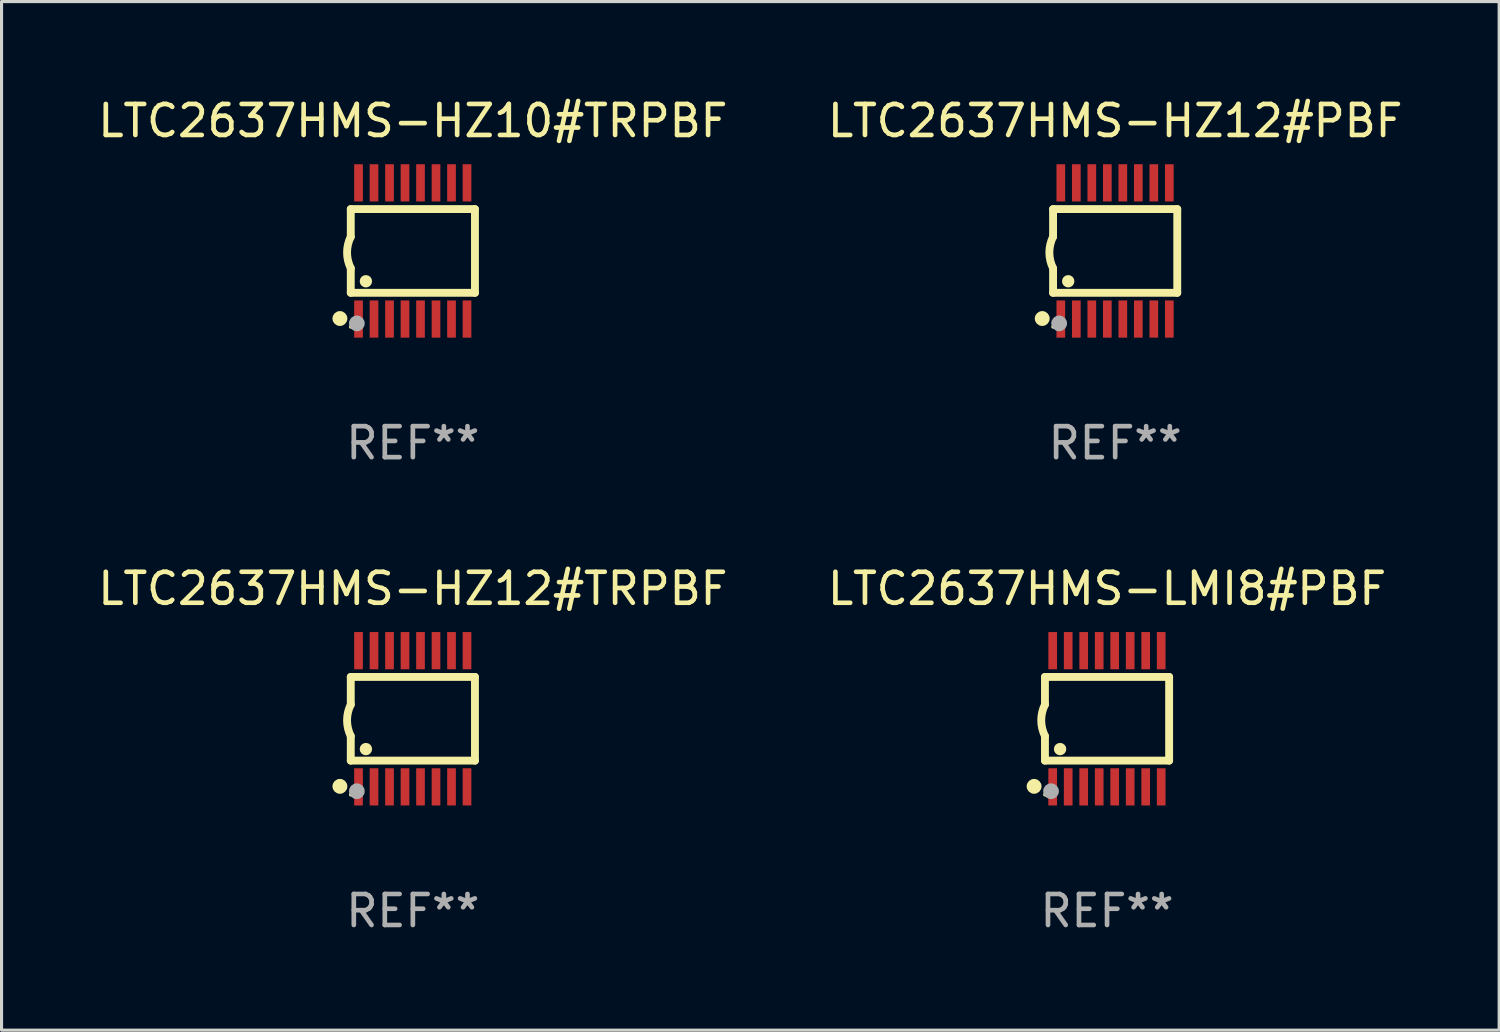
<source format=kicad_pcb>
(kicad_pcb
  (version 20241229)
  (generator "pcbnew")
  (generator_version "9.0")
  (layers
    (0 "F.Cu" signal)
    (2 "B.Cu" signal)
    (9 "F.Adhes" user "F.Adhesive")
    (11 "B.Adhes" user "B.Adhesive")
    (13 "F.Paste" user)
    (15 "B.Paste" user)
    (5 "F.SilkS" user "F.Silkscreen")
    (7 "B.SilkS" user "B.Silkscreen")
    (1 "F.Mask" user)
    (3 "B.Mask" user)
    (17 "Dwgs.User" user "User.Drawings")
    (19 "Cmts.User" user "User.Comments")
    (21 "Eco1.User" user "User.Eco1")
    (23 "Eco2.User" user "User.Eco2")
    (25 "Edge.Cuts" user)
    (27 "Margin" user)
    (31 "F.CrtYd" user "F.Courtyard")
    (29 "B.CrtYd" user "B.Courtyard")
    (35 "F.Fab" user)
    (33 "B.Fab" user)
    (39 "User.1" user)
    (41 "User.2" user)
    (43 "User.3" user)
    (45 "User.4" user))
  (footprint "LTC2637HMS-HZ12#TRPBF"
    (layer "F.Cu")
    (at 10.268 20.136)
    (property "Reference" "LTC2637HMS-HZ12#TRPBF" (at 0 -4.197 0) (layer "F.SilkS") (effects (font (size 1 1) (thickness 0.15))))
    (attr through_hole)
    (fp_line (start -2.003 -1.35) (end -2.003 -0.457) (stroke (width 0.254) (type solid)) (layer "F.SilkS"))
    (fp_line (start -2.003 -1.35) (end 2.003 -1.35) (stroke (width 0.254) (type solid)) (layer "F.SilkS"))
    (fp_line (start -2.003 1.35) (end -2.003 0.559) (stroke (width 0.254) (type solid)) (layer "F.SilkS"))
    (fp_line (start -2.003 1.35) (end 2.003 1.35) (stroke (width 0.254) (type solid)) (layer "F.SilkS"))
    (fp_line (start 2.003 -1.35) (end 2.003 1.35) (stroke (width 0.254) (type solid)) (layer "F.SilkS"))
    (fp_arc (start -2.002286 0.558802) (mid -2.122556 0.05092) (end -2.003302 -0.457201) (stroke (width 0.254001) (type solid)) (layer "F.SilkS"))
    (fp_circle (center -2.353 2.18) (end -2.233 2.18) (stroke (width 0.24) (type solid)) (fill no) (layer "F.SilkS"))
    (fp_circle (center -2.003 2.45) (end -1.973 2.45) (stroke (width 0.06) (type solid)) (fill no) (layer "F.SilkS"))
    (fp_circle (center -1.515 0.978) (end -1.415 0.978) (stroke (width 0.2) (type solid)) (fill no) (layer "F.SilkS"))
    (fp_circle (center -1.807 2.337) (end -1.68 2.337) (stroke (width 0.254) (type solid)) (fill no) (layer "F.Fab"))
    (fp_text user "REF**" (at 0 6.197 0) (layer "F.Fab") (effects (font (size 1 1) (thickness 0.15))))
    (pad "1" smd rect (at -1.753 2.197 90) (size 1.2 0.28) (layers "F.Cu" "F.Mask" "F.Paste"))
    (pad "2" smd rect (at -1.253 2.197 90) (size 1.2 0.28) (layers "F.Cu" "F.Mask" "F.Paste"))
    (pad "3" smd rect (at -0.753 2.197 90) (size 1.2 0.28) (layers "F.Cu" "F.Mask" "F.Paste"))
    (pad "4" smd rect (at -0.253 2.197 90) (size 1.2 0.28) (layers "F.Cu" "F.Mask" "F.Paste"))
    (pad "5" smd rect (at 0.247 2.197 90) (size 1.2 0.28) (layers "F.Cu" "F.Mask" "F.Paste"))
    (pad "6" smd rect (at 0.747 2.197 90) (size 1.2 0.28) (layers "F.Cu" "F.Mask" "F.Paste"))
    (pad "7" smd rect (at 1.247 2.197 90) (size 1.2 0.28) (layers "F.Cu" "F.Mask" "F.Paste"))
    (pad "8" smd rect (at 1.747 2.197 90) (size 1.2 0.28) (layers "F.Cu" "F.Mask" "F.Paste"))
    (pad "9" smd rect (at 1.747 -2.197 90) (size 1.2 0.28) (layers "F.Cu" "F.Mask" "F.Paste"))
    (pad "10" smd rect (at 1.247 -2.197 90) (size 1.2 0.28) (layers "F.Cu" "F.Mask" "F.Paste"))
    (pad "11" smd rect (at 0.747 -2.197 90) (size 1.2 0.28) (layers "F.Cu" "F.Mask" "F.Paste"))
    (pad "12" smd rect (at 0.247 -2.197 90) (size 1.2 0.28) (layers "F.Cu" "F.Mask" "F.Paste"))
    (pad "13" smd rect (at -0.253 -2.197 90) (size 1.2 0.28) (layers "F.Cu" "F.Mask" "F.Paste"))
    (pad "14" smd rect (at -0.753 -2.197 90) (size 1.2 0.28) (layers "F.Cu" "F.Mask" "F.Paste"))
    (pad "15" smd rect (at -1.253 -2.197 90) (size 1.2 0.28) (layers "F.Cu" "F.Mask" "F.Paste"))
    (pad "16" smd rect (at -1.753 -2.197 90) (size 1.2 0.28) (layers "F.Cu" "F.Mask" "F.Paste")))
  (footprint "LTC2637HMS-HZ12#PBF"
    (layer "F.Cu")
    (at 32.923 5.045)
    (property "Reference" "LTC2637HMS-HZ12#PBF" (at 0 -4.197 0) (layer "F.SilkS") (effects (font (size 1 1) (thickness 0.15))))
    (attr through_hole)
    (fp_line (start -2.003 -1.35) (end -2.003 -0.457) (stroke (width 0.254) (type solid)) (layer "F.SilkS"))
    (fp_line (start -2.003 -1.35) (end 2.003 -1.35) (stroke (width 0.254) (type solid)) (layer "F.SilkS"))
    (fp_line (start -2.003 1.35) (end -2.003 0.559) (stroke (width 0.254) (type solid)) (layer "F.SilkS"))
    (fp_line (start -2.003 1.35) (end 2.003 1.35) (stroke (width 0.254) (type solid)) (layer "F.SilkS"))
    (fp_line (start 2.003 -1.35) (end 2.003 1.35) (stroke (width 0.254) (type solid)) (layer "F.SilkS"))
    (fp_arc (start -2.002286 0.558802) (mid -2.122556 0.05092) (end -2.003302 -0.457201) (stroke (width 0.254001) (type solid)) (layer "F.SilkS"))
    (fp_circle (center -2.353 2.18) (end -2.233 2.18) (stroke (width 0.24) (type solid)) (fill no) (layer "F.SilkS"))
    (fp_circle (center -2.003 2.45) (end -1.973 2.45) (stroke (width 0.06) (type solid)) (fill no) (layer "F.SilkS"))
    (fp_circle (center -1.515 0.978) (end -1.415 0.978) (stroke (width 0.2) (type solid)) (fill no) (layer "F.SilkS"))
    (fp_circle (center -1.807 2.337) (end -1.68 2.337) (stroke (width 0.254) (type solid)) (fill no) (layer "F.Fab"))
    (fp_text user "REF**" (at 0 6.197 0) (layer "F.Fab") (effects (font (size 1 1) (thickness 0.15))))
    (pad "1" smd rect (at -1.753 2.197 90) (size 1.2 0.28) (layers "F.Cu" "F.Mask" "F.Paste"))
    (pad "2" smd rect (at -1.253 2.197 90) (size 1.2 0.28) (layers "F.Cu" "F.Mask" "F.Paste"))
    (pad "3" smd rect (at -0.753 2.197 90) (size 1.2 0.28) (layers "F.Cu" "F.Mask" "F.Paste"))
    (pad "4" smd rect (at -0.253 2.197 90) (size 1.2 0.28) (layers "F.Cu" "F.Mask" "F.Paste"))
    (pad "5" smd rect (at 0.247 2.197 90) (size 1.2 0.28) (layers "F.Cu" "F.Mask" "F.Paste"))
    (pad "6" smd rect (at 0.747 2.197 90) (size 1.2 0.28) (layers "F.Cu" "F.Mask" "F.Paste"))
    (pad "7" smd rect (at 1.247 2.197 90) (size 1.2 0.28) (layers "F.Cu" "F.Mask" "F.Paste"))
    (pad "8" smd rect (at 1.747 2.197 90) (size 1.2 0.28) (layers "F.Cu" "F.Mask" "F.Paste"))
    (pad "9" smd rect (at 1.747 -2.197 90) (size 1.2 0.28) (layers "F.Cu" "F.Mask" "F.Paste"))
    (pad "10" smd rect (at 1.247 -2.197 90) (size 1.2 0.28) (layers "F.Cu" "F.Mask" "F.Paste"))
    (pad "11" smd rect (at 0.747 -2.197 90) (size 1.2 0.28) (layers "F.Cu" "F.Mask" "F.Paste"))
    (pad "12" smd rect (at 0.247 -2.197 90) (size 1.2 0.28) (layers "F.Cu" "F.Mask" "F.Paste"))
    (pad "13" smd rect (at -0.253 -2.197 90) (size 1.2 0.28) (layers "F.Cu" "F.Mask" "F.Paste"))
    (pad "14" smd rect (at -0.753 -2.197 90) (size 1.2 0.28) (layers "F.Cu" "F.Mask" "F.Paste"))
    (pad "15" smd rect (at -1.253 -2.197 90) (size 1.2 0.28) (layers "F.Cu" "F.Mask" "F.Paste"))
    (pad "16" smd rect (at -1.753 -2.197 90) (size 1.2 0.28) (layers "F.Cu" "F.Mask" "F.Paste")))
  (footprint "LTC2637HMS-LMI8#PBF"
    (layer "F.Cu")
    (at 32.661 20.136)
    (property "Reference" "LTC2637HMS-LMI8#PBF" (at 0 -4.197 0) (layer "F.SilkS") (effects (font (size 1 1) (thickness 0.15))))
    (attr through_hole)
    (fp_line (start -2.003 -1.35) (end -2.003 -0.457) (stroke (width 0.254) (type solid)) (layer "F.SilkS"))
    (fp_line (start -2.003 -1.35) (end 2.003 -1.35) (stroke (width 0.254) (type solid)) (layer "F.SilkS"))
    (fp_line (start -2.003 1.35) (end -2.003 0.559) (stroke (width 0.254) (type solid)) (layer "F.SilkS"))
    (fp_line (start -2.003 1.35) (end 2.003 1.35) (stroke (width 0.254) (type solid)) (layer "F.SilkS"))
    (fp_line (start 2.003 -1.35) (end 2.003 1.35) (stroke (width 0.254) (type solid)) (layer "F.SilkS"))
    (fp_arc (start -2.002286 0.558802) (mid -2.122556 0.05092) (end -2.003302 -0.457201) (stroke (width 0.254001) (type solid)) (layer "F.SilkS"))
    (fp_circle (center -2.353 2.18) (end -2.233 2.18) (stroke (width 0.24) (type solid)) (fill no) (layer "F.SilkS"))
    (fp_circle (center -2.003 2.45) (end -1.973 2.45) (stroke (width 0.06) (type solid)) (fill no) (layer "F.SilkS"))
    (fp_circle (center -1.515 0.978) (end -1.415 0.978) (stroke (width 0.2) (type solid)) (fill no) (layer "F.SilkS"))
    (fp_circle (center -1.807 2.337) (end -1.68 2.337) (stroke (width 0.254) (type solid)) (fill no) (layer "F.Fab"))
    (fp_text user "REF**" (at 0 6.197 0) (layer "F.Fab") (effects (font (size 1 1) (thickness 0.15))))
    (pad "1" smd rect (at -1.753 2.197 90) (size 1.2 0.28) (layers "F.Cu" "F.Mask" "F.Paste"))
    (pad "2" smd rect (at -1.253 2.197 90) (size 1.2 0.28) (layers "F.Cu" "F.Mask" "F.Paste"))
    (pad "3" smd rect (at -0.753 2.197 90) (size 1.2 0.28) (layers "F.Cu" "F.Mask" "F.Paste"))
    (pad "4" smd rect (at -0.253 2.197 90) (size 1.2 0.28) (layers "F.Cu" "F.Mask" "F.Paste"))
    (pad "5" smd rect (at 0.247 2.197 90) (size 1.2 0.28) (layers "F.Cu" "F.Mask" "F.Paste"))
    (pad "6" smd rect (at 0.747 2.197 90) (size 1.2 0.28) (layers "F.Cu" "F.Mask" "F.Paste"))
    (pad "7" smd rect (at 1.247 2.197 90) (size 1.2 0.28) (layers "F.Cu" "F.Mask" "F.Paste"))
    (pad "8" smd rect (at 1.747 2.197 90) (size 1.2 0.28) (layers "F.Cu" "F.Mask" "F.Paste"))
    (pad "9" smd rect (at 1.747 -2.197 90) (size 1.2 0.28) (layers "F.Cu" "F.Mask" "F.Paste"))
    (pad "10" smd rect (at 1.247 -2.197 90) (size 1.2 0.28) (layers "F.Cu" "F.Mask" "F.Paste"))
    (pad "11" smd rect (at 0.747 -2.197 90) (size 1.2 0.28) (layers "F.Cu" "F.Mask" "F.Paste"))
    (pad "12" smd rect (at 0.247 -2.197 90) (size 1.2 0.28) (layers "F.Cu" "F.Mask" "F.Paste"))
    (pad "13" smd rect (at -0.253 -2.197 90) (size 1.2 0.28) (layers "F.Cu" "F.Mask" "F.Paste"))
    (pad "14" smd rect (at -0.753 -2.197 90) (size 1.2 0.28) (layers "F.Cu" "F.Mask" "F.Paste"))
    (pad "15" smd rect (at -1.253 -2.197 90) (size 1.2 0.28) (layers "F.Cu" "F.Mask" "F.Paste"))
    (pad "16" smd rect (at -1.753 -2.197 90) (size 1.2 0.28) (layers "F.Cu" "F.Mask" "F.Paste")))
  (footprint "LTC2637HMS-HZ10#TRPBF"
    (layer "F.Cu")
    (at 10.268 5.045)
    (property "Reference" "LTC2637HMS-HZ10#TRPBF" (at 0 -4.197 0) (layer "F.SilkS") (effects (font (size 1 1) (thickness 0.15))))
    (attr through_hole)
    (fp_line (start -2.003 -1.35) (end -2.003 -0.457) (stroke (width 0.254) (type solid)) (layer "F.SilkS"))
    (fp_line (start -2.003 -1.35) (end 2.003 -1.35) (stroke (width 0.254) (type solid)) (layer "F.SilkS"))
    (fp_line (start -2.003 1.35) (end -2.003 0.559) (stroke (width 0.254) (type solid)) (layer "F.SilkS"))
    (fp_line (start -2.003 1.35) (end 2.003 1.35) (stroke (width 0.254) (type solid)) (layer "F.SilkS"))
    (fp_line (start 2.003 -1.35) (end 2.003 1.35) (stroke (width 0.254) (type solid)) (layer "F.SilkS"))
    (fp_arc (start -2.002286 0.558802) (mid -2.122556 0.05092) (end -2.003302 -0.457201) (stroke (width 0.254001) (type solid)) (layer "F.SilkS"))
    (fp_circle (center -2.353 2.18) (end -2.233 2.18) (stroke (width 0.24) (type solid)) (fill no) (layer "F.SilkS"))
    (fp_circle (center -2.003 2.45) (end -1.973 2.45) (stroke (width 0.06) (type solid)) (fill no) (layer "F.SilkS"))
    (fp_circle (center -1.515 0.978) (end -1.415 0.978) (stroke (width 0.2) (type solid)) (fill no) (layer "F.SilkS"))
    (fp_circle (center -1.807 2.337) (end -1.68 2.337) (stroke (width 0.254) (type solid)) (fill no) (layer "F.Fab"))
    (fp_text user "REF**" (at 0 6.197 0) (layer "F.Fab") (effects (font (size 1 1) (thickness 0.15))))
    (pad "1" smd rect (at -1.753 2.197 90) (size 1.2 0.28) (layers "F.Cu" "F.Mask" "F.Paste"))
    (pad "2" smd rect (at -1.253 2.197 90) (size 1.2 0.28) (layers "F.Cu" "F.Mask" "F.Paste"))
    (pad "3" smd rect (at -0.753 2.197 90) (size 1.2 0.28) (layers "F.Cu" "F.Mask" "F.Paste"))
    (pad "4" smd rect (at -0.253 2.197 90) (size 1.2 0.28) (layers "F.Cu" "F.Mask" "F.Paste"))
    (pad "5" smd rect (at 0.247 2.197 90) (size 1.2 0.28) (layers "F.Cu" "F.Mask" "F.Paste"))
    (pad "6" smd rect (at 0.747 2.197 90) (size 1.2 0.28) (layers "F.Cu" "F.Mask" "F.Paste"))
    (pad "7" smd rect (at 1.247 2.197 90) (size 1.2 0.28) (layers "F.Cu" "F.Mask" "F.Paste"))
    (pad "8" smd rect (at 1.747 2.197 90) (size 1.2 0.28) (layers "F.Cu" "F.Mask" "F.Paste"))
    (pad "9" smd rect (at 1.747 -2.197 90) (size 1.2 0.28) (layers "F.Cu" "F.Mask" "F.Paste"))
    (pad "10" smd rect (at 1.247 -2.197 90) (size 1.2 0.28) (layers "F.Cu" "F.Mask" "F.Paste"))
    (pad "11" smd rect (at 0.747 -2.197 90) (size 1.2 0.28) (layers "F.Cu" "F.Mask" "F.Paste"))
    (pad "12" smd rect (at 0.247 -2.197 90) (size 1.2 0.28) (layers "F.Cu" "F.Mask" "F.Paste"))
    (pad "13" smd rect (at -0.253 -2.197 90) (size 1.2 0.28) (layers "F.Cu" "F.Mask" "F.Paste"))
    (pad "14" smd rect (at -0.753 -2.197 90) (size 1.2 0.28) (layers "F.Cu" "F.Mask" "F.Paste"))
    (pad "15" smd rect (at -1.253 -2.197 90) (size 1.2 0.28) (layers "F.Cu" "F.Mask" "F.Paste"))
    (pad "16" smd rect (at -1.753 -2.197 90) (size 1.2 0.28) (layers "F.Cu" "F.Mask" "F.Paste")))
  (gr_rect
    (start -3 -3)
    (end 45.31 30.181)
    (stroke (width 0.1) (type default))
    (fill no)
    (layer "Edge.Cuts")))
</source>
